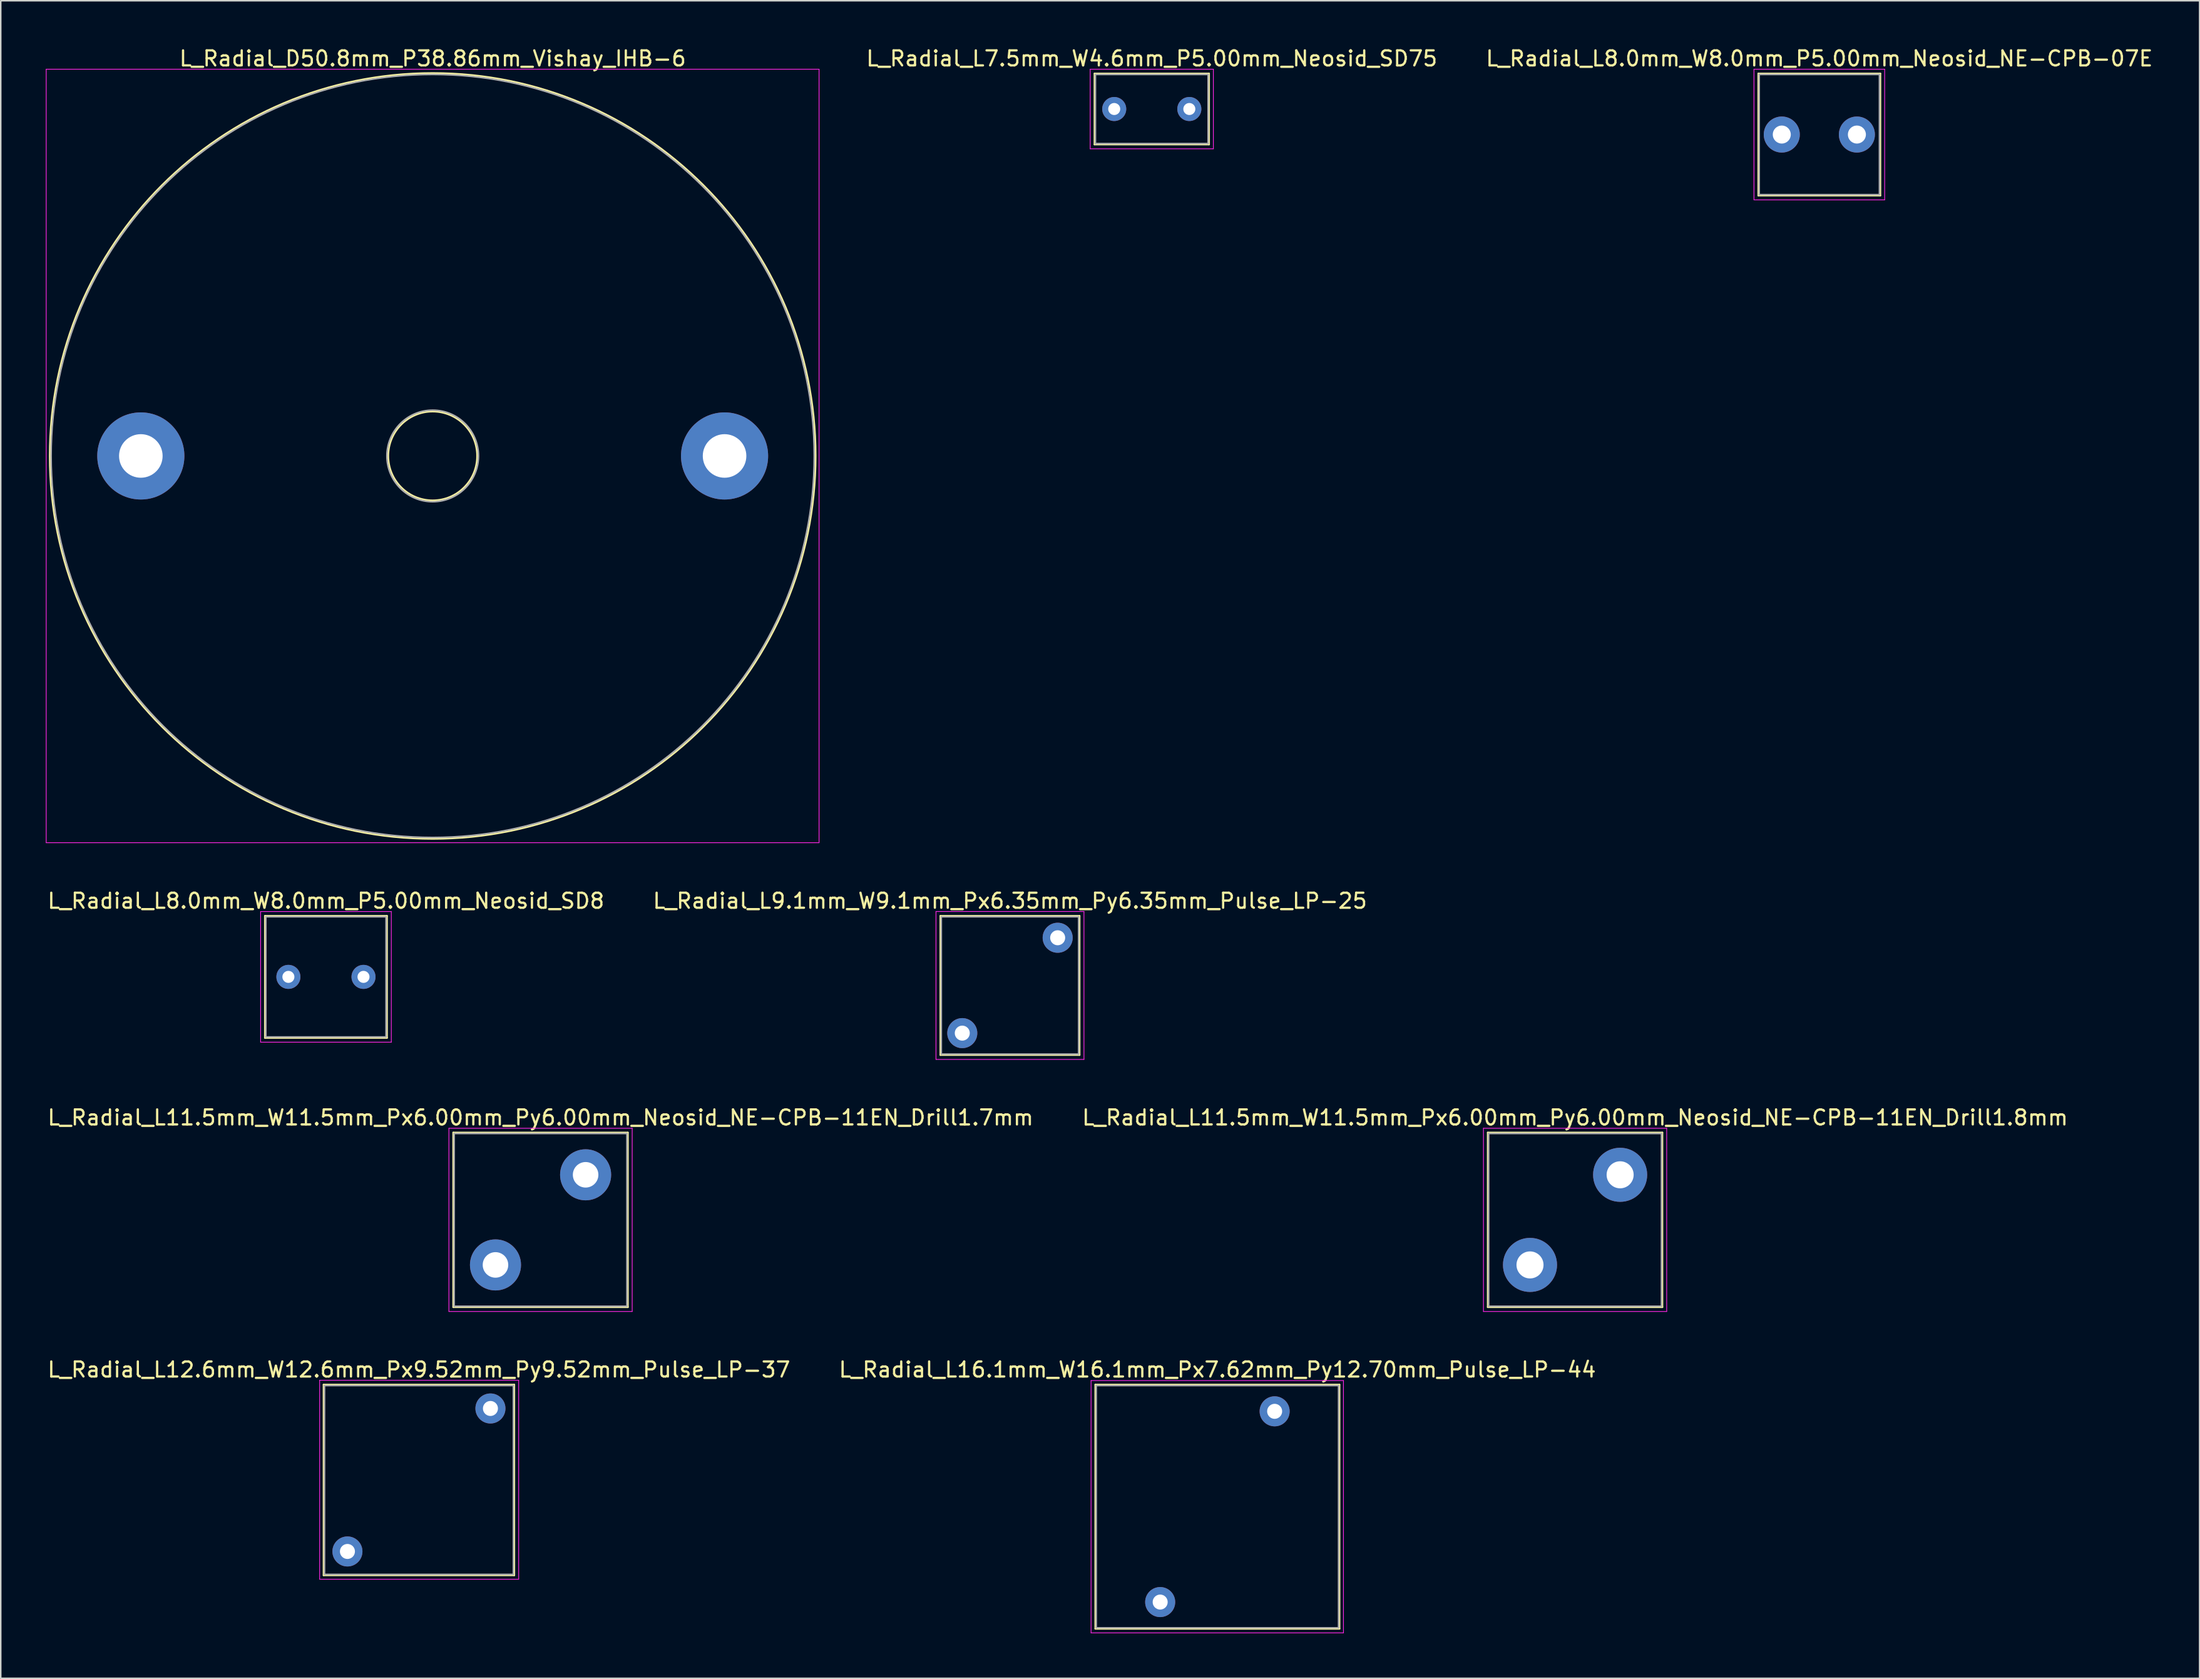
<source format=kicad_pcb>
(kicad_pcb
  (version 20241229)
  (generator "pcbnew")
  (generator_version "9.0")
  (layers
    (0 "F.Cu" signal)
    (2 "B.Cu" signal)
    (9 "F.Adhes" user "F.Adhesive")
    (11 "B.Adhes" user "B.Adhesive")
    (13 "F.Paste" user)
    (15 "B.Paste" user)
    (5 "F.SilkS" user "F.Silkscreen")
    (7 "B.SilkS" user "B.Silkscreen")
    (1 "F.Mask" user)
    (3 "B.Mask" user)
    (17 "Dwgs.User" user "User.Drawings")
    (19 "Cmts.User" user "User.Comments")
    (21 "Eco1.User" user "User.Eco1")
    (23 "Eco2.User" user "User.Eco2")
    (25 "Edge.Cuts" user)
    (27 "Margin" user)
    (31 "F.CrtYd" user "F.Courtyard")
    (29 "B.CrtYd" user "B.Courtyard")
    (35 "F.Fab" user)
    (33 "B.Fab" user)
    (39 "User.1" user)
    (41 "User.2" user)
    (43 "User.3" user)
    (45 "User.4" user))
  (footprint "L_Radial_L8.0mm_W8.0mm_P5.00mm_Neosid_NE-CPB-07E"
    (layer "F.Cu")
    (at 115.565 5.908)
    (property "Reference" "L_Radial_L8.0mm_W8.0mm_P5.00mm_Neosid_NE-CPB-07E" (at 2.5 -5.06 0) (layer "F.SilkS") (effects (font (size 1 1) (thickness 0.15))))
    (attr through_hole)
    (fp_line (start -1.56 -4.06) (end -1.56 4.06) (stroke (width 0.12) (type solid)) (layer "F.SilkS"))
    (fp_line (start -1.56 -4.06) (end 6.56 -4.06) (stroke (width 0.12) (type solid)) (layer "F.SilkS"))
    (fp_line (start -1.56 4.06) (end 6.56 4.06) (stroke (width 0.12) (type solid)) (layer "F.SilkS"))
    (fp_line (start 6.56 -4.06) (end 6.56 4.06) (stroke (width 0.12) (type solid)) (layer "F.SilkS"))
    (fp_line (start -1.85 -4.35) (end -1.85 4.35) (stroke (width 0.05) (type solid)) (layer "F.CrtYd"))
    (fp_line (start -1.85 4.35) (end 6.85 4.35) (stroke (width 0.05) (type solid)) (layer "F.CrtYd"))
    (fp_line (start 6.85 -4.35) (end -1.85 -4.35) (stroke (width 0.05) (type solid)) (layer "F.CrtYd"))
    (fp_line (start 6.85 4.35) (end 6.85 -4.35) (stroke (width 0.05) (type solid)) (layer "F.CrtYd"))
    (fp_line (start -1.5 -4) (end -1.5 4) (stroke (width 0.1) (type solid)) (layer "F.Fab"))
    (fp_line (start -1.5 4) (end 6.5 4) (stroke (width 0.1) (type solid)) (layer "F.Fab"))
    (fp_line (start 6.5 -4) (end -1.5 -4) (stroke (width 0.1) (type solid)) (layer "F.Fab"))
    (fp_line (start 6.5 4) (end 6.5 -4) (stroke (width 0.1) (type solid)) (layer "F.Fab"))
    (pad "1" thru_hole circle (at 0 0) (size 2.4 2.4) (drill 1.2) (layers "*.Cu" "*.Mask"))
    (pad "2" thru_hole circle (at 5 0) (size 2.4 2.4) (drill 1.2) (layers "*.Cu" "*.Mask")))
  (footprint "L_Radial_L8.0mm_W8.0mm_P5.00mm_Neosid_SD8"
    (layer "F.Cu")
    (at 16.149 61.992)
    (property "Reference" "L_Radial_L8.0mm_W8.0mm_P5.00mm_Neosid_SD8" (at 2.5 -5.06 0) (layer "F.SilkS") (effects (font (size 1 1) (thickness 0.15))))
    (attr through_hole)
    (fp_line (start -1.56 -4.06) (end -1.56 4.06) (stroke (width 0.12) (type solid)) (layer "F.SilkS"))
    (fp_line (start -1.56 -4.06) (end 6.56 -4.06) (stroke (width 0.12) (type solid)) (layer "F.SilkS"))
    (fp_line (start -1.56 4.06) (end 6.56 4.06) (stroke (width 0.12) (type solid)) (layer "F.SilkS"))
    (fp_line (start 6.56 -4.06) (end 6.56 4.06) (stroke (width 0.12) (type solid)) (layer "F.SilkS"))
    (fp_line (start -1.85 -4.35) (end -1.85 4.35) (stroke (width 0.05) (type solid)) (layer "F.CrtYd"))
    (fp_line (start -1.85 4.35) (end 6.85 4.35) (stroke (width 0.05) (type solid)) (layer "F.CrtYd"))
    (fp_line (start 6.85 -4.35) (end -1.85 -4.35) (stroke (width 0.05) (type solid)) (layer "F.CrtYd"))
    (fp_line (start 6.85 4.35) (end 6.85 -4.35) (stroke (width 0.05) (type solid)) (layer "F.CrtYd"))
    (fp_line (start -1.5 -4) (end -1.5 4) (stroke (width 0.1) (type solid)) (layer "F.Fab"))
    (fp_line (start -1.5 4) (end 6.5 4) (stroke (width 0.1) (type solid)) (layer "F.Fab"))
    (fp_line (start 6.5 -4) (end -1.5 -4) (stroke (width 0.1) (type solid)) (layer "F.Fab"))
    (fp_line (start 6.5 4) (end 6.5 -4) (stroke (width 0.1) (type solid)) (layer "F.Fab"))
    (pad "1" thru_hole circle (at 0 0) (size 1.6 1.6) (drill 0.8) (layers "*.Cu" "*.Mask"))
    (pad "2" thru_hole circle (at 5 0) (size 1.6 1.6) (drill 0.8) (layers "*.Cu" "*.Mask")))
  (footprint "L_Radial_L7.5mm_W4.6mm_P5.00mm_Neosid_SD75"
    (layer "F.Cu")
    (at 71.125 4.208)
    (property "Reference" "L_Radial_L7.5mm_W4.6mm_P5.00mm_Neosid_SD75" (at 2.5 -3.36 0) (layer "F.SilkS") (effects (font (size 1 1) (thickness 0.15))))
    (attr through_hole)
    (fp_line (start -1.31 -2.36) (end -1.31 2.36) (stroke (width 0.12) (type solid)) (layer "F.SilkS"))
    (fp_line (start -1.31 -2.36) (end 6.31 -2.36) (stroke (width 0.12) (type solid)) (layer "F.SilkS"))
    (fp_line (start -1.31 2.36) (end 6.31 2.36) (stroke (width 0.12) (type solid)) (layer "F.SilkS"))
    (fp_line (start 6.31 -2.36) (end 6.31 2.36) (stroke (width 0.12) (type solid)) (layer "F.SilkS"))
    (fp_line (start -1.6 -2.65) (end -1.6 2.65) (stroke (width 0.05) (type solid)) (layer "F.CrtYd"))
    (fp_line (start -1.6 2.65) (end 6.6 2.65) (stroke (width 0.05) (type solid)) (layer "F.CrtYd"))
    (fp_line (start 6.6 -2.65) (end -1.6 -2.65) (stroke (width 0.05) (type solid)) (layer "F.CrtYd"))
    (fp_line (start 6.6 2.65) (end 6.6 -2.65) (stroke (width 0.05) (type solid)) (layer "F.CrtYd"))
    (fp_line (start -1.25 -2.3) (end -1.25 2.3) (stroke (width 0.1) (type solid)) (layer "F.Fab"))
    (fp_line (start -1.25 2.3) (end 6.25 2.3) (stroke (width 0.1) (type solid)) (layer "F.Fab"))
    (fp_line (start 6.25 -2.3) (end -1.25 -2.3) (stroke (width 0.1) (type solid)) (layer "F.Fab"))
    (fp_line (start 6.25 2.3) (end 6.25 -2.3) (stroke (width 0.1) (type solid)) (layer "F.Fab"))
    (pad "1" thru_hole circle (at 0 0) (size 1.6 1.6) (drill 0.8) (layers "*.Cu" "*.Mask"))
    (pad "2" thru_hole circle (at 5 0) (size 1.6 1.6) (drill 0.8) (layers "*.Cu" "*.Mask")))
  (footprint "L_Radial_D50.8mm_P38.86mm_Vishay_IHB-6"
    (layer "F.Cu")
    (at 6.325 27.308)
    (property "Reference" "L_Radial_D50.8mm_P38.86mm_Vishay_IHB-6" (at 19.43 -26.46 0) (layer "F.SilkS") (effects (font (size 1 1) (thickness 0.15))))
    (attr through_hole)
    (fp_circle (center 19.43 0) (end 22.39 0) (stroke (width 0.12) (type solid)) (fill no) (layer "F.SilkS"))
    (fp_circle (center 19.43 0) (end 44.92 0) (stroke (width 0.12) (type solid)) (fill no) (layer "F.SilkS"))
    (fp_line (start -6.3 -25.75) (end -6.3 25.75) (stroke (width 0.05) (type solid)) (layer "F.CrtYd"))
    (fp_line (start -6.3 25.75) (end 45.15 25.75) (stroke (width 0.05) (type solid)) (layer "F.CrtYd"))
    (fp_line (start 45.15 -25.75) (end -6.3 -25.75) (stroke (width 0.05) (type solid)) (layer "F.CrtYd"))
    (fp_line (start 45.15 25.75) (end 45.15 -25.75) (stroke (width 0.05) (type solid)) (layer "F.CrtYd"))
    (fp_circle (center 19.43 0) (end 22.48 0) (stroke (width 0.1) (type solid)) (fill no) (layer "F.Fab"))
    (fp_circle (center 19.43 0) (end 44.83 0) (stroke (width 0.1) (type solid)) (fill no) (layer "F.Fab"))
    (pad "1" thru_hole circle (at 0 0) (size 5.8 5.8) (drill 2.9) (layers "*.Cu" "*.Mask"))
    (pad "2" thru_hole circle (at 38.86 0) (size 5.8 5.8) (drill 2.9) (layers "*.Cu" "*.Mask")))
  (footprint "L_Radial_L9.1mm_W9.1mm_Px6.35mm_Py6.35mm_Pulse_LP-25"
    (layer "F.Cu")
    (at 61.01 65.737)
    (property "Reference" "L_Radial_L9.1mm_W9.1mm_Px6.35mm_Py6.35mm_Pulse_LP-25" (at 3.175 -8.805 0) (layer "F.SilkS") (effects (font (size 1 1) (thickness 0.15))))
    (attr through_hole)
    (fp_line (start -1.455 -7.805) (end -1.455 1.455) (stroke (width 0.12) (type solid)) (layer "F.SilkS"))
    (fp_line (start -1.455 -7.805) (end 7.805 -7.805) (stroke (width 0.12) (type solid)) (layer "F.SilkS"))
    (fp_line (start -1.455 1.455) (end 7.805 1.455) (stroke (width 0.12) (type solid)) (layer "F.SilkS"))
    (fp_line (start 7.805 -7.805) (end 7.805 1.455) (stroke (width 0.12) (type solid)) (layer "F.SilkS"))
    (fp_line (start -1.75 -8.1) (end -1.75 1.75) (stroke (width 0.05) (type solid)) (layer "F.CrtYd"))
    (fp_line (start -1.75 1.75) (end 8.1 1.75) (stroke (width 0.05) (type solid)) (layer "F.CrtYd"))
    (fp_line (start 8.1 -8.1) (end -1.75 -8.1) (stroke (width 0.05) (type solid)) (layer "F.CrtYd"))
    (fp_line (start 8.1 1.75) (end 8.1 -8.1) (stroke (width 0.05) (type solid)) (layer "F.CrtYd"))
    (fp_line (start -1.395 -7.745) (end -1.395 1.395) (stroke (width 0.1) (type solid)) (layer "F.Fab"))
    (fp_line (start -1.395 1.395) (end 7.745 1.395) (stroke (width 0.1) (type solid)) (layer "F.Fab"))
    (fp_line (start 7.745 -7.745) (end -1.395 -7.745) (stroke (width 0.1) (type solid)) (layer "F.Fab"))
    (fp_line (start 7.745 1.395) (end 7.745 -7.745) (stroke (width 0.1) (type solid)) (layer "F.Fab"))
    (pad "1" thru_hole circle (at 0 0) (size 2 2) (drill 1) (layers "*.Cu" "*.Mask"))
    (pad "2" thru_hole circle (at 6.35 -6.35) (size 2 2) (drill 1) (layers "*.Cu" "*.Mask")))
  (footprint "L_Radial_L16.1mm_W16.1mm_Px7.62mm_Py12.70mm_Pulse_LP-44"
    (layer "F.Cu")
    (at 74.184 103.618)
    (property "Reference" "L_Radial_L16.1mm_W16.1mm_Px7.62mm_Py12.70mm_Pulse_LP-44" (at 3.81 -15.475 0) (layer "F.SilkS") (effects (font (size 1 1) (thickness 0.15))))
    (attr through_hole)
    (fp_line (start -4.315 -14.475) (end -4.315 1.775) (stroke (width 0.12) (type solid)) (layer "F.SilkS"))
    (fp_line (start -4.315 -14.475) (end 11.935 -14.475) (stroke (width 0.12) (type solid)) (layer "F.SilkS"))
    (fp_line (start -4.315 1.775) (end 11.935 1.775) (stroke (width 0.12) (type solid)) (layer "F.SilkS"))
    (fp_line (start 11.935 -14.475) (end 11.935 1.775) (stroke (width 0.12) (type solid)) (layer "F.SilkS"))
    (fp_line (start -4.6 -14.75) (end -4.6 2.05) (stroke (width 0.05) (type solid)) (layer "F.CrtYd"))
    (fp_line (start -4.6 2.05) (end 12.2 2.05) (stroke (width 0.05) (type solid)) (layer "F.CrtYd"))
    (fp_line (start 12.2 -14.75) (end -4.6 -14.75) (stroke (width 0.05) (type solid)) (layer "F.CrtYd"))
    (fp_line (start 12.2 2.05) (end 12.2 -14.75) (stroke (width 0.05) (type solid)) (layer "F.CrtYd"))
    (fp_line (start -4.255 -14.415) (end -4.255 1.715) (stroke (width 0.1) (type solid)) (layer "F.Fab"))
    (fp_line (start -4.255 1.715) (end 11.875 1.715) (stroke (width 0.1) (type solid)) (layer "F.Fab"))
    (fp_line (start 11.875 -14.415) (end -4.255 -14.415) (stroke (width 0.1) (type solid)) (layer "F.Fab"))
    (fp_line (start 11.875 1.715) (end 11.875 -14.415) (stroke (width 0.1) (type solid)) (layer "F.Fab"))
    (pad "1" thru_hole circle (at 0 0) (size 2 2) (drill 1) (layers "*.Cu" "*.Mask"))
    (pad "2" thru_hole circle (at 7.62 -12.7) (size 2 2) (drill 1) (layers "*.Cu" "*.Mask")))
  (footprint "L_Radial_L11.5mm_W11.5mm_Px6.00mm_Py6.00mm_Neosid_NE-CPB-11EN_Drill1.7mm"
    (layer "F.Cu")
    (at 29.935 81.17)
    (property "Reference" "L_Radial_L11.5mm_W11.5mm_Px6.00mm_Py6.00mm_Neosid_NE-CPB-11EN_Drill1.7mm" (at 3 -9.81 0) (layer "F.SilkS") (effects (font (size 1 1) (thickness 0.15))))
    (attr through_hole)
    (fp_line (start -2.81 -8.81) (end -2.81 2.81) (stroke (width 0.12) (type solid)) (layer "F.SilkS"))
    (fp_line (start -2.81 -8.81) (end 8.81 -8.81) (stroke (width 0.12) (type solid)) (layer "F.SilkS"))
    (fp_line (start -2.81 2.81) (end 8.81 2.81) (stroke (width 0.12) (type solid)) (layer "F.SilkS"))
    (fp_line (start 8.81 -8.81) (end 8.81 2.81) (stroke (width 0.12) (type solid)) (layer "F.SilkS"))
    (fp_line (start -3.1 -9.1) (end -3.1 3.1) (stroke (width 0.05) (type solid)) (layer "F.CrtYd"))
    (fp_line (start -3.1 3.1) (end 9.1 3.1) (stroke (width 0.05) (type solid)) (layer "F.CrtYd"))
    (fp_line (start 9.1 -9.1) (end -3.1 -9.1) (stroke (width 0.05) (type solid)) (layer "F.CrtYd"))
    (fp_line (start 9.1 3.1) (end 9.1 -9.1) (stroke (width 0.05) (type solid)) (layer "F.CrtYd"))
    (fp_line (start -2.75 -8.75) (end -2.75 2.75) (stroke (width 0.1) (type solid)) (layer "F.Fab"))
    (fp_line (start -2.75 2.75) (end 8.75 2.75) (stroke (width 0.1) (type solid)) (layer "F.Fab"))
    (fp_line (start 8.75 -8.75) (end -2.75 -8.75) (stroke (width 0.1) (type solid)) (layer "F.Fab"))
    (fp_line (start 8.75 2.75) (end 8.75 -8.75) (stroke (width 0.1) (type solid)) (layer "F.Fab"))
    (pad "1" thru_hole circle (at 0 0) (size 3.4 3.4) (drill 1.7) (layers "*.Cu" "*.Mask"))
    (pad "2" thru_hole circle (at 6 -6) (size 3.4 3.4) (drill 1.7) (layers "*.Cu" "*.Mask")))
  (footprint "L_Radial_L12.6mm_W12.6mm_Px9.52mm_Py9.52mm_Pulse_LP-37"
    (layer "F.Cu")
    (at 20.079 100.248)
    (property "Reference" "L_Radial_L12.6mm_W12.6mm_Px9.52mm_Py9.52mm_Pulse_LP-37" (at 4.76 -12.105 0) (layer "F.SilkS") (effects (font (size 1 1) (thickness 0.15))))
    (attr through_hole)
    (fp_line (start -1.585 -11.105) (end -1.585 1.585) (stroke (width 0.12) (type solid)) (layer "F.SilkS"))
    (fp_line (start -1.585 -11.105) (end 11.105 -11.105) (stroke (width 0.12) (type solid)) (layer "F.SilkS"))
    (fp_line (start -1.585 1.585) (end 11.105 1.585) (stroke (width 0.12) (type solid)) (layer "F.SilkS"))
    (fp_line (start 11.105 -11.105) (end 11.105 1.585) (stroke (width 0.12) (type solid)) (layer "F.SilkS"))
    (fp_line (start -1.85 -11.4) (end -1.85 1.85) (stroke (width 0.05) (type solid)) (layer "F.CrtYd"))
    (fp_line (start -1.85 1.85) (end 11.4 1.85) (stroke (width 0.05) (type solid)) (layer "F.CrtYd"))
    (fp_line (start 11.4 -11.4) (end -1.85 -11.4) (stroke (width 0.05) (type solid)) (layer "F.CrtYd"))
    (fp_line (start 11.4 1.85) (end 11.4 -11.4) (stroke (width 0.05) (type solid)) (layer "F.CrtYd"))
    (fp_line (start -1.525 -11.045) (end -1.525 1.525) (stroke (width 0.1) (type solid)) (layer "F.Fab"))
    (fp_line (start -1.525 1.525) (end 11.045 1.525) (stroke (width 0.1) (type solid)) (layer "F.Fab"))
    (fp_line (start 11.045 -11.045) (end -1.525 -11.045) (stroke (width 0.1) (type solid)) (layer "F.Fab"))
    (fp_line (start 11.045 1.525) (end 11.045 -11.045) (stroke (width 0.1) (type solid)) (layer "F.Fab"))
    (pad "1" thru_hole circle (at 0 0) (size 2 2) (drill 1) (layers "*.Cu" "*.Mask"))
    (pad "2" thru_hole circle (at 9.52 -9.52) (size 2 2) (drill 1) (layers "*.Cu" "*.Mask")))
  (footprint "L_Radial_L11.5mm_W11.5mm_Px6.00mm_Py6.00mm_Neosid_NE-CPB-11EN_Drill1.8mm"
    (layer "F.Cu")
    (at 98.804 81.17)
    (property "Reference" "L_Radial_L11.5mm_W11.5mm_Px6.00mm_Py6.00mm_Neosid_NE-CPB-11EN_Drill1.8mm" (at 3 -9.81 0) (layer "F.SilkS") (effects (font (size 1 1) (thickness 0.15))))
    (attr through_hole)
    (fp_line (start -2.81 -8.81) (end -2.81 2.81) (stroke (width 0.12) (type solid)) (layer "F.SilkS"))
    (fp_line (start -2.81 -8.81) (end 8.81 -8.81) (stroke (width 0.12) (type solid)) (layer "F.SilkS"))
    (fp_line (start -2.81 2.81) (end 8.81 2.81) (stroke (width 0.12) (type solid)) (layer "F.SilkS"))
    (fp_line (start 8.81 -8.81) (end 8.81 2.81) (stroke (width 0.12) (type solid)) (layer "F.SilkS"))
    (fp_line (start -3.1 -9.1) (end -3.1 3.1) (stroke (width 0.05) (type solid)) (layer "F.CrtYd"))
    (fp_line (start -3.1 3.1) (end 9.1 3.1) (stroke (width 0.05) (type solid)) (layer "F.CrtYd"))
    (fp_line (start 9.1 -9.1) (end -3.1 -9.1) (stroke (width 0.05) (type solid)) (layer "F.CrtYd"))
    (fp_line (start 9.1 3.1) (end 9.1 -9.1) (stroke (width 0.05) (type solid)) (layer "F.CrtYd"))
    (fp_line (start -2.75 -8.75) (end -2.75 2.75) (stroke (width 0.1) (type solid)) (layer "F.Fab"))
    (fp_line (start -2.75 2.75) (end 8.75 2.75) (stroke (width 0.1) (type solid)) (layer "F.Fab"))
    (fp_line (start 8.75 -8.75) (end -2.75 -8.75) (stroke (width 0.1) (type solid)) (layer "F.Fab"))
    (fp_line (start 8.75 2.75) (end 8.75 -8.75) (stroke (width 0.1) (type solid)) (layer "F.Fab"))
    (pad "1" thru_hole circle (at 0 0) (size 3.6 3.6) (drill 1.8) (layers "*.Cu" "*.Mask"))
    (pad "2" thru_hole circle (at 6 -6) (size 3.6 3.6) (drill 1.8) (layers "*.Cu" "*.Mask")))
  (gr_rect
    (start -3 -3)
    (end 143.381 108.693)
    (stroke (width 0.1) (type default))
    (fill no)
    (layer "Edge.Cuts")))
</source>
